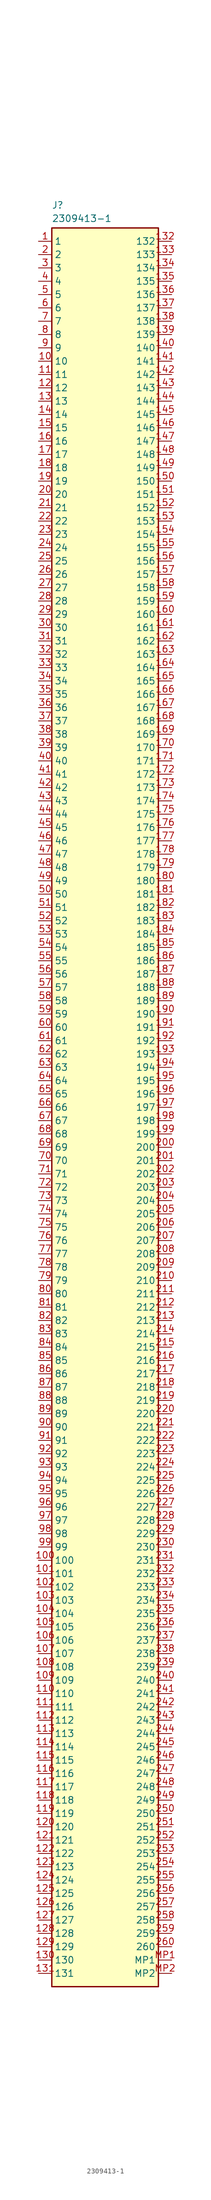
<source format=kicad_sym>
(kicad_symbol_lib
  (version 20241209)
  (generator "kicad_symbol_editor")
  (generator_version "9.0")
  (symbol "2309413-1"
    (property "Reference" "J"
      (at 2.54 7.62 0)
      (effects (font (size 1.27 1.27)) (justify left top)))
    (property "Value" "2309413-1"
      (at 2.54 5.08 0)
      (effects (font (size 1.27 1.27)) (justify left top)))
    (symbol "2309413-1_1_1"
      (rectangle (start 2.54 2.54) (end 22.86 -332.74) (stroke (width 0.254) (type default)) (fill (type background)))
      (pin passive line (at 0 0 0) (length 2.54) (name "1" (effects (font (size 1.27 1.27)))) (number "1" (effects (font (size 1.27 1.27)))))
      (pin passive line (at 0 -2.54 0) (length 2.54) (name "2" (effects (font (size 1.27 1.27)))) (number "2" (effects (font (size 1.27 1.27)))))
      (pin passive line (at 0 -5.08 0) (length 2.54) (name "3" (effects (font (size 1.27 1.27)))) (number "3" (effects (font (size 1.27 1.27)))))
      (pin passive line (at 0 -7.62 0) (length 2.54) (name "4" (effects (font (size 1.27 1.27)))) (number "4" (effects (font (size 1.27 1.27)))))
      (pin passive line (at 0 -10.16 0) (length 2.54) (name "5" (effects (font (size 1.27 1.27)))) (number "5" (effects (font (size 1.27 1.27)))))
      (pin passive line (at 0 -12.7 0) (length 2.54) (name "6" (effects (font (size 1.27 1.27)))) (number "6" (effects (font (size 1.27 1.27)))))
      (pin passive line (at 0 -15.24 0) (length 2.54) (name "7" (effects (font (size 1.27 1.27)))) (number "7" (effects (font (size 1.27 1.27)))))
      (pin passive line (at 0 -17.78 0) (length 2.54) (name "8" (effects (font (size 1.27 1.27)))) (number "8" (effects (font (size 1.27 1.27)))))
      (pin passive line (at 0 -20.32 0) (length 2.54) (name "9" (effects (font (size 1.27 1.27)))) (number "9" (effects (font (size 1.27 1.27)))))
      (pin passive line (at 0 -22.86 0) (length 2.54) (name "10" (effects (font (size 1.27 1.27)))) (number "10" (effects (font (size 1.27 1.27)))))
      (pin passive line (at 0 -25.4 0) (length 2.54) (name "11" (effects (font (size 1.27 1.27)))) (number "11" (effects (font (size 1.27 1.27)))))
      (pin passive line (at 0 -27.94 0) (length 2.54) (name "12" (effects (font (size 1.27 1.27)))) (number "12" (effects (font (size 1.27 1.27)))))
      (pin passive line (at 0 -30.48 0) (length 2.54) (name "13" (effects (font (size 1.27 1.27)))) (number "13" (effects (font (size 1.27 1.27)))))
      (pin passive line (at 0 -33.02 0) (length 2.54) (name "14" (effects (font (size 1.27 1.27)))) (number "14" (effects (font (size 1.27 1.27)))))
      (pin passive line (at 0 -35.56 0) (length 2.54) (name "15" (effects (font (size 1.27 1.27)))) (number "15" (effects (font (size 1.27 1.27)))))
      (pin passive line (at 0 -38.1 0) (length 2.54) (name "16" (effects (font (size 1.27 1.27)))) (number "16" (effects (font (size 1.27 1.27)))))
      (pin passive line (at 0 -40.64 0) (length 2.54) (name "17" (effects (font (size 1.27 1.27)))) (number "17" (effects (font (size 1.27 1.27)))))
      (pin passive line (at 0 -43.18 0) (length 2.54) (name "18" (effects (font (size 1.27 1.27)))) (number "18" (effects (font (size 1.27 1.27)))))
      (pin passive line (at 0 -45.72 0) (length 2.54) (name "19" (effects (font (size 1.27 1.27)))) (number "19" (effects (font (size 1.27 1.27)))))
      (pin passive line (at 0 -48.26 0) (length 2.54) (name "20" (effects (font (size 1.27 1.27)))) (number "20" (effects (font (size 1.27 1.27)))))
      (pin passive line (at 0 -50.8 0) (length 2.54) (name "21" (effects (font (size 1.27 1.27)))) (number "21" (effects (font (size 1.27 1.27)))))
      (pin passive line (at 0 -53.34 0) (length 2.54) (name "22" (effects (font (size 1.27 1.27)))) (number "22" (effects (font (size 1.27 1.27)))))
      (pin passive line (at 0 -55.88 0) (length 2.54) (name "23" (effects (font (size 1.27 1.27)))) (number "23" (effects (font (size 1.27 1.27)))))
      (pin passive line (at 0 -58.42 0) (length 2.54) (name "24" (effects (font (size 1.27 1.27)))) (number "24" (effects (font (size 1.27 1.27)))))
      (pin passive line (at 0 -60.96 0) (length 2.54) (name "25" (effects (font (size 1.27 1.27)))) (number "25" (effects (font (size 1.27 1.27)))))
      (pin passive line (at 0 -63.5 0) (length 2.54) (name "26" (effects (font (size 1.27 1.27)))) (number "26" (effects (font (size 1.27 1.27)))))
      (pin passive line (at 0 -66.04 0) (length 2.54) (name "27" (effects (font (size 1.27 1.27)))) (number "27" (effects (font (size 1.27 1.27)))))
      (pin passive line (at 0 -68.58 0) (length 2.54) (name "28" (effects (font (size 1.27 1.27)))) (number "28" (effects (font (size 1.27 1.27)))))
      (pin passive line (at 0 -71.12 0) (length 2.54) (name "29" (effects (font (size 1.27 1.27)))) (number "29" (effects (font (size 1.27 1.27)))))
      (pin passive line (at 0 -73.66 0) (length 2.54) (name "30" (effects (font (size 1.27 1.27)))) (number "30" (effects (font (size 1.27 1.27)))))
      (pin passive line (at 0 -76.2 0) (length 2.54) (name "31" (effects (font (size 1.27 1.27)))) (number "31" (effects (font (size 1.27 1.27)))))
      (pin passive line (at 0 -78.74 0) (length 2.54) (name "32" (effects (font (size 1.27 1.27)))) (number "32" (effects (font (size 1.27 1.27)))))
      (pin passive line (at 0 -81.28 0) (length 2.54) (name "33" (effects (font (size 1.27 1.27)))) (number "33" (effects (font (size 1.27 1.27)))))
      (pin passive line (at 0 -83.82 0) (length 2.54) (name "34" (effects (font (size 1.27 1.27)))) (number "34" (effects (font (size 1.27 1.27)))))
      (pin passive line (at 0 -86.36 0) (length 2.54) (name "35" (effects (font (size 1.27 1.27)))) (number "35" (effects (font (size 1.27 1.27)))))
      (pin passive line (at 0 -88.9 0) (length 2.54) (name "36" (effects (font (size 1.27 1.27)))) (number "36" (effects (font (size 1.27 1.27)))))
      (pin passive line (at 0 -91.44 0) (length 2.54) (name "37" (effects (font (size 1.27 1.27)))) (number "37" (effects (font (size 1.27 1.27)))))
      (pin passive line (at 0 -93.98 0) (length 2.54) (name "38" (effects (font (size 1.27 1.27)))) (number "38" (effects (font (size 1.27 1.27)))))
      (pin passive line (at 0 -96.52 0) (length 2.54) (name "39" (effects (font (size 1.27 1.27)))) (number "39" (effects (font (size 1.27 1.27)))))
      (pin passive line (at 0 -99.06 0) (length 2.54) (name "40" (effects (font (size 1.27 1.27)))) (number "40" (effects (font (size 1.27 1.27)))))
      (pin passive line (at 0 -101.6 0) (length 2.54) (name "41" (effects (font (size 1.27 1.27)))) (number "41" (effects (font (size 1.27 1.27)))))
      (pin passive line (at 0 -104.14 0) (length 2.54) (name "42" (effects (font (size 1.27 1.27)))) (number "42" (effects (font (size 1.27 1.27)))))
      (pin passive line (at 0 -106.68 0) (length 2.54) (name "43" (effects (font (size 1.27 1.27)))) (number "43" (effects (font (size 1.27 1.27)))))
      (pin passive line (at 0 -109.22 0) (length 2.54) (name "44" (effects (font (size 1.27 1.27)))) (number "44" (effects (font (size 1.27 1.27)))))
      (pin passive line (at 0 -111.76 0) (length 2.54) (name "45" (effects (font (size 1.27 1.27)))) (number "45" (effects (font (size 1.27 1.27)))))
      (pin passive line (at 0 -114.3 0) (length 2.54) (name "46" (effects (font (size 1.27 1.27)))) (number "46" (effects (font (size 1.27 1.27)))))
      (pin passive line (at 0 -116.84 0) (length 2.54) (name "47" (effects (font (size 1.27 1.27)))) (number "47" (effects (font (size 1.27 1.27)))))
      (pin passive line (at 0 -119.38 0) (length 2.54) (name "48" (effects (font (size 1.27 1.27)))) (number "48" (effects (font (size 1.27 1.27)))))
      (pin passive line (at 0 -121.92 0) (length 2.54) (name "49" (effects (font (size 1.27 1.27)))) (number "49" (effects (font (size 1.27 1.27)))))
      (pin passive line (at 0 -124.46 0) (length 2.54) (name "50" (effects (font (size 1.27 1.27)))) (number "50" (effects (font (size 1.27 1.27)))))
      (pin passive line (at 0 -127 0) (length 2.54) (name "51" (effects (font (size 1.27 1.27)))) (number "51" (effects (font (size 1.27 1.27)))))
      (pin passive line (at 0 -129.54 0) (length 2.54) (name "52" (effects (font (size 1.27 1.27)))) (number "52" (effects (font (size 1.27 1.27)))))
      (pin passive line (at 0 -132.08 0) (length 2.54) (name "53" (effects (font (size 1.27 1.27)))) (number "53" (effects (font (size 1.27 1.27)))))
      (pin passive line (at 0 -134.62 0) (length 2.54) (name "54" (effects (font (size 1.27 1.27)))) (number "54" (effects (font (size 1.27 1.27)))))
      (pin passive line (at 0 -137.16 0) (length 2.54) (name "55" (effects (font (size 1.27 1.27)))) (number "55" (effects (font (size 1.27 1.27)))))
      (pin passive line (at 0 -139.7 0) (length 2.54) (name "56" (effects (font (size 1.27 1.27)))) (number "56" (effects (font (size 1.27 1.27)))))
      (pin passive line (at 0 -142.24 0) (length 2.54) (name "57" (effects (font (size 1.27 1.27)))) (number "57" (effects (font (size 1.27 1.27)))))
      (pin passive line (at 0 -144.78 0) (length 2.54) (name "58" (effects (font (size 1.27 1.27)))) (number "58" (effects (font (size 1.27 1.27)))))
      (pin passive line (at 0 -147.32 0) (length 2.54) (name "59" (effects (font (size 1.27 1.27)))) (number "59" (effects (font (size 1.27 1.27)))))
      (pin passive line (at 0 -149.86 0) (length 2.54) (name "60" (effects (font (size 1.27 1.27)))) (number "60" (effects (font (size 1.27 1.27)))))
      (pin passive line (at 0 -152.4 0) (length 2.54) (name "61" (effects (font (size 1.27 1.27)))) (number "61" (effects (font (size 1.27 1.27)))))
      (pin passive line (at 0 -154.94 0) (length 2.54) (name "62" (effects (font (size 1.27 1.27)))) (number "62" (effects (font (size 1.27 1.27)))))
      (pin passive line (at 0 -157.48 0) (length 2.54) (name "63" (effects (font (size 1.27 1.27)))) (number "63" (effects (font (size 1.27 1.27)))))
      (pin passive line (at 0 -160.02 0) (length 2.54) (name "64" (effects (font (size 1.27 1.27)))) (number "64" (effects (font (size 1.27 1.27)))))
      (pin passive line (at 0 -162.56 0) (length 2.54) (name "65" (effects (font (size 1.27 1.27)))) (number "65" (effects (font (size 1.27 1.27)))))
      (pin passive line (at 0 -165.1 0) (length 2.54) (name "66" (effects (font (size 1.27 1.27)))) (number "66" (effects (font (size 1.27 1.27)))))
      (pin passive line (at 0 -167.64 0) (length 2.54) (name "67" (effects (font (size 1.27 1.27)))) (number "67" (effects (font (size 1.27 1.27)))))
      (pin passive line (at 0 -170.18 0) (length 2.54) (name "68" (effects (font (size 1.27 1.27)))) (number "68" (effects (font (size 1.27 1.27)))))
      (pin passive line (at 0 -172.72 0) (length 2.54) (name "69" (effects (font (size 1.27 1.27)))) (number "69" (effects (font (size 1.27 1.27)))))
      (pin passive line (at 0 -175.26 0) (length 2.54) (name "70" (effects (font (size 1.27 1.27)))) (number "70" (effects (font (size 1.27 1.27)))))
      (pin passive line (at 0 -177.8 0) (length 2.54) (name "71" (effects (font (size 1.27 1.27)))) (number "71" (effects (font (size 1.27 1.27)))))
      (pin passive line (at 0 -180.34 0) (length 2.54) (name "72" (effects (font (size 1.27 1.27)))) (number "72" (effects (font (size 1.27 1.27)))))
      (pin passive line (at 0 -182.88 0) (length 2.54) (name "73" (effects (font (size 1.27 1.27)))) (number "73" (effects (font (size 1.27 1.27)))))
      (pin passive line (at 0 -185.42 0) (length 2.54) (name "74" (effects (font (size 1.27 1.27)))) (number "74" (effects (font (size 1.27 1.27)))))
      (pin passive line (at 0 -187.96 0) (length 2.54) (name "75" (effects (font (size 1.27 1.27)))) (number "75" (effects (font (size 1.27 1.27)))))
      (pin passive line (at 0 -190.5 0) (length 2.54) (name "76" (effects (font (size 1.27 1.27)))) (number "76" (effects (font (size 1.27 1.27)))))
      (pin passive line (at 0 -193.04 0) (length 2.54) (name "77" (effects (font (size 1.27 1.27)))) (number "77" (effects (font (size 1.27 1.27)))))
      (pin passive line (at 0 -195.58 0) (length 2.54) (name "78" (effects (font (size 1.27 1.27)))) (number "78" (effects (font (size 1.27 1.27)))))
      (pin passive line (at 0 -198.12 0) (length 2.54) (name "79" (effects (font (size 1.27 1.27)))) (number "79" (effects (font (size 1.27 1.27)))))
      (pin passive line (at 0 -200.66 0) (length 2.54) (name "80" (effects (font (size 1.27 1.27)))) (number "80" (effects (font (size 1.27 1.27)))))
      (pin passive line (at 0 -203.2 0) (length 2.54) (name "81" (effects (font (size 1.27 1.27)))) (number "81" (effects (font (size 1.27 1.27)))))
      (pin passive line (at 0 -205.74 0) (length 2.54) (name "82" (effects (font (size 1.27 1.27)))) (number "82" (effects (font (size 1.27 1.27)))))
      (pin passive line (at 0 -208.28 0) (length 2.54) (name "83" (effects (font (size 1.27 1.27)))) (number "83" (effects (font (size 1.27 1.27)))))
      (pin passive line (at 0 -210.82 0) (length 2.54) (name "84" (effects (font (size 1.27 1.27)))) (number "84" (effects (font (size 1.27 1.27)))))
      (pin passive line (at 0 -213.36 0) (length 2.54) (name "85" (effects (font (size 1.27 1.27)))) (number "85" (effects (font (size 1.27 1.27)))))
      (pin passive line (at 0 -215.9 0) (length 2.54) (name "86" (effects (font (size 1.27 1.27)))) (number "86" (effects (font (size 1.27 1.27)))))
      (pin passive line (at 0 -218.44 0) (length 2.54) (name "87" (effects (font (size 1.27 1.27)))) (number "87" (effects (font (size 1.27 1.27)))))
      (pin passive line (at 0 -220.98 0) (length 2.54) (name "88" (effects (font (size 1.27 1.27)))) (number "88" (effects (font (size 1.27 1.27)))))
      (pin passive line (at 0 -223.52 0) (length 2.54) (name "89" (effects (font (size 1.27 1.27)))) (number "89" (effects (font (size 1.27 1.27)))))
      (pin passive line (at 0 -226.06 0) (length 2.54) (name "90" (effects (font (size 1.27 1.27)))) (number "90" (effects (font (size 1.27 1.27)))))
      (pin passive line (at 0 -228.6 0) (length 2.54) (name "91" (effects (font (size 1.27 1.27)))) (number "91" (effects (font (size 1.27 1.27)))))
      (pin passive line (at 0 -231.14 0) (length 2.54) (name "92" (effects (font (size 1.27 1.27)))) (number "92" (effects (font (size 1.27 1.27)))))
      (pin passive line (at 0 -233.68 0) (length 2.54) (name "93" (effects (font (size 1.27 1.27)))) (number "93" (effects (font (size 1.27 1.27)))))
      (pin passive line (at 0 -236.22 0) (length 2.54) (name "94" (effects (font (size 1.27 1.27)))) (number "94" (effects (font (size 1.27 1.27)))))
      (pin passive line (at 0 -238.76 0) (length 2.54) (name "95" (effects (font (size 1.27 1.27)))) (number "95" (effects (font (size 1.27 1.27)))))
      (pin passive line (at 0 -241.3 0) (length 2.54) (name "96" (effects (font (size 1.27 1.27)))) (number "96" (effects (font (size 1.27 1.27)))))
      (pin passive line (at 0 -243.84 0) (length 2.54) (name "97" (effects (font (size 1.27 1.27)))) (number "97" (effects (font (size 1.27 1.27)))))
      (pin passive line (at 0 -246.38 0) (length 2.54) (name "98" (effects (font (size 1.27 1.27)))) (number "98" (effects (font (size 1.27 1.27)))))
      (pin passive line (at 0 -248.92 0) (length 2.54) (name "99" (effects (font (size 1.27 1.27)))) (number "99" (effects (font (size 1.27 1.27)))))
      (pin passive line (at 0 -251.46 0) (length 2.54) (name "100" (effects (font (size 1.27 1.27)))) (number "100" (effects (font (size 1.27 1.27)))))
      (pin passive line (at 0 -254 0) (length 2.54) (name "101" (effects (font (size 1.27 1.27)))) (number "101" (effects (font (size 1.27 1.27)))))
      (pin passive line (at 0 -256.54 0) (length 2.54) (name "102" (effects (font (size 1.27 1.27)))) (number "102" (effects (font (size 1.27 1.27)))))
      (pin passive line (at 0 -259.08 0) (length 2.54) (name "103" (effects (font (size 1.27 1.27)))) (number "103" (effects (font (size 1.27 1.27)))))
      (pin passive line (at 0 -261.62 0) (length 2.54) (name "104" (effects (font (size 1.27 1.27)))) (number "104" (effects (font (size 1.27 1.27)))))
      (pin passive line (at 0 -264.16 0) (length 2.54) (name "105" (effects (font (size 1.27 1.27)))) (number "105" (effects (font (size 1.27 1.27)))))
      (pin passive line (at 0 -266.7 0) (length 2.54) (name "106" (effects (font (size 1.27 1.27)))) (number "106" (effects (font (size 1.27 1.27)))))
      (pin passive line (at 0 -269.24 0) (length 2.54) (name "107" (effects (font (size 1.27 1.27)))) (number "107" (effects (font (size 1.27 1.27)))))
      (pin passive line (at 0 -271.78 0) (length 2.54) (name "108" (effects (font (size 1.27 1.27)))) (number "108" (effects (font (size 1.27 1.27)))))
      (pin passive line (at 0 -274.32 0) (length 2.54) (name "109" (effects (font (size 1.27 1.27)))) (number "109" (effects (font (size 1.27 1.27)))))
      (pin passive line (at 0 -276.86 0) (length 2.54) (name "110" (effects (font (size 1.27 1.27)))) (number "110" (effects (font (size 1.27 1.27)))))
      (pin passive line (at 0 -279.4 0) (length 2.54) (name "111" (effects (font (size 1.27 1.27)))) (number "111" (effects (font (size 1.27 1.27)))))
      (pin passive line (at 0 -281.94 0) (length 2.54) (name "112" (effects (font (size 1.27 1.27)))) (number "112" (effects (font (size 1.27 1.27)))))
      (pin passive line (at 0 -284.48 0) (length 2.54) (name "113" (effects (font (size 1.27 1.27)))) (number "113" (effects (font (size 1.27 1.27)))))
      (pin passive line (at 0 -287.02 0) (length 2.54) (name "114" (effects (font (size 1.27 1.27)))) (number "114" (effects (font (size 1.27 1.27)))))
      (pin passive line (at 0 -289.56 0) (length 2.54) (name "115" (effects (font (size 1.27 1.27)))) (number "115" (effects (font (size 1.27 1.27)))))
      (pin passive line (at 0 -292.1 0) (length 2.54) (name "116" (effects (font (size 1.27 1.27)))) (number "116" (effects (font (size 1.27 1.27)))))
      (pin passive line (at 0 -294.64 0) (length 2.54) (name "117" (effects (font (size 1.27 1.27)))) (number "117" (effects (font (size 1.27 1.27)))))
      (pin passive line (at 0 -297.18 0) (length 2.54) (name "118" (effects (font (size 1.27 1.27)))) (number "118" (effects (font (size 1.27 1.27)))))
      (pin passive line (at 0 -299.72 0) (length 2.54) (name "119" (effects (font (size 1.27 1.27)))) (number "119" (effects (font (size 1.27 1.27)))))
      (pin passive line (at 0 -302.26 0) (length 2.54) (name "120" (effects (font (size 1.27 1.27)))) (number "120" (effects (font (size 1.27 1.27)))))
      (pin passive line (at 0 -304.8 0) (length 2.54) (name "121" (effects (font (size 1.27 1.27)))) (number "121" (effects (font (size 1.27 1.27)))))
      (pin passive line (at 0 -307.34 0) (length 2.54) (name "122" (effects (font (size 1.27 1.27)))) (number "122" (effects (font (size 1.27 1.27)))))
      (pin passive line (at 0 -309.88 0) (length 2.54) (name "123" (effects (font (size 1.27 1.27)))) (number "123" (effects (font (size 1.27 1.27)))))
      (pin passive line (at 0 -312.42 0) (length 2.54) (name "124" (effects (font (size 1.27 1.27)))) (number "124" (effects (font (size 1.27 1.27)))))
      (pin passive line (at 0 -314.96 0) (length 2.54) (name "125" (effects (font (size 1.27 1.27)))) (number "125" (effects (font (size 1.27 1.27)))))
      (pin passive line (at 0 -317.5 0) (length 2.54) (name "126" (effects (font (size 1.27 1.27)))) (number "126" (effects (font (size 1.27 1.27)))))
      (pin passive line (at 0 -320.04 0) (length 2.54) (name "127" (effects (font (size 1.27 1.27)))) (number "127" (effects (font (size 1.27 1.27)))))
      (pin passive line (at 0 -322.58 0) (length 2.54) (name "128" (effects (font (size 1.27 1.27)))) (number "128" (effects (font (size 1.27 1.27)))))
      (pin passive line (at 0 -325.12 0) (length 2.54) (name "129" (effects (font (size 1.27 1.27)))) (number "129" (effects (font (size 1.27 1.27)))))
      (pin passive line (at 0 -327.66 0) (length 2.54) (name "130" (effects (font (size 1.27 1.27)))) (number "130" (effects (font (size 1.27 1.27)))))
      (pin passive line (at 0 -330.2 0) (length 2.54) (name "131" (effects (font (size 1.27 1.27)))) (number "131" (effects (font (size 1.27 1.27)))))
      (pin passive line (at 25.4 0 180) (length 2.54) (name "132" (effects (font (size 1.27 1.27)))) (number "132" (effects (font (size 1.27 1.27)))))
      (pin passive line (at 25.4 -2.54 180) (length 2.54) (name "133" (effects (font (size 1.27 1.27)))) (number "133" (effects (font (size 1.27 1.27)))))
      (pin passive line (at 25.4 -5.08 180) (length 2.54) (name "134" (effects (font (size 1.27 1.27)))) (number "134" (effects (font (size 1.27 1.27)))))
      (pin passive line (at 25.4 -7.62 180) (length 2.54) (name "135" (effects (font (size 1.27 1.27)))) (number "135" (effects (font (size 1.27 1.27)))))
      (pin passive line (at 25.4 -10.16 180) (length 2.54) (name "136" (effects (font (size 1.27 1.27)))) (number "136" (effects (font (size 1.27 1.27)))))
      (pin passive line (at 25.4 -12.7 180) (length 2.54) (name "137" (effects (font (size 1.27 1.27)))) (number "137" (effects (font (size 1.27 1.27)))))
      (pin passive line (at 25.4 -15.24 180) (length 2.54) (name "138" (effects (font (size 1.27 1.27)))) (number "138" (effects (font (size 1.27 1.27)))))
      (pin passive line (at 25.4 -17.78 180) (length 2.54) (name "139" (effects (font (size 1.27 1.27)))) (number "139" (effects (font (size 1.27 1.27)))))
      (pin passive line (at 25.4 -20.32 180) (length 2.54) (name "140" (effects (font (size 1.27 1.27)))) (number "140" (effects (font (size 1.27 1.27)))))
      (pin passive line (at 25.4 -22.86 180) (length 2.54) (name "141" (effects (font (size 1.27 1.27)))) (number "141" (effects (font (size 1.27 1.27)))))
      (pin passive line (at 25.4 -25.4 180) (length 2.54) (name "142" (effects (font (size 1.27 1.27)))) (number "142" (effects (font (size 1.27 1.27)))))
      (pin passive line (at 25.4 -27.94 180) (length 2.54) (name "143" (effects (font (size 1.27 1.27)))) (number "143" (effects (font (size 1.27 1.27)))))
      (pin passive line (at 25.4 -30.48 180) (length 2.54) (name "144" (effects (font (size 1.27 1.27)))) (number "144" (effects (font (size 1.27 1.27)))))
      (pin passive line (at 25.4 -33.02 180) (length 2.54) (name "145" (effects (font (size 1.27 1.27)))) (number "145" (effects (font (size 1.27 1.27)))))
      (pin passive line (at 25.4 -35.56 180) (length 2.54) (name "146" (effects (font (size 1.27 1.27)))) (number "146" (effects (font (size 1.27 1.27)))))
      (pin passive line (at 25.4 -38.1 180) (length 2.54) (name "147" (effects (font (size 1.27 1.27)))) (number "147" (effects (font (size 1.27 1.27)))))
      (pin passive line (at 25.4 -40.64 180) (length 2.54) (name "148" (effects (font (size 1.27 1.27)))) (number "148" (effects (font (size 1.27 1.27)))))
      (pin passive line (at 25.4 -43.18 180) (length 2.54) (name "149" (effects (font (size 1.27 1.27)))) (number "149" (effects (font (size 1.27 1.27)))))
      (pin passive line (at 25.4 -45.72 180) (length 2.54) (name "150" (effects (font (size 1.27 1.27)))) (number "150" (effects (font (size 1.27 1.27)))))
      (pin passive line (at 25.4 -48.26 180) (length 2.54) (name "151" (effects (font (size 1.27 1.27)))) (number "151" (effects (font (size 1.27 1.27)))))
      (pin passive line (at 25.4 -50.8 180) (length 2.54) (name "152" (effects (font (size 1.27 1.27)))) (number "152" (effects (font (size 1.27 1.27)))))
      (pin passive line (at 25.4 -53.34 180) (length 2.54) (name "153" (effects (font (size 1.27 1.27)))) (number "153" (effects (font (size 1.27 1.27)))))
      (pin passive line (at 25.4 -55.88 180) (length 2.54) (name "154" (effects (font (size 1.27 1.27)))) (number "154" (effects (font (size 1.27 1.27)))))
      (pin passive line (at 25.4 -58.42 180) (length 2.54) (name "155" (effects (font (size 1.27 1.27)))) (number "155" (effects (font (size 1.27 1.27)))))
      (pin passive line (at 25.4 -60.96 180) (length 2.54) (name "156" (effects (font (size 1.27 1.27)))) (number "156" (effects (font (size 1.27 1.27)))))
      (pin passive line (at 25.4 -63.5 180) (length 2.54) (name "157" (effects (font (size 1.27 1.27)))) (number "157" (effects (font (size 1.27 1.27)))))
      (pin passive line (at 25.4 -66.04 180) (length 2.54) (name "158" (effects (font (size 1.27 1.27)))) (number "158" (effects (font (size 1.27 1.27)))))
      (pin passive line (at 25.4 -68.58 180) (length 2.54) (name "159" (effects (font (size 1.27 1.27)))) (number "159" (effects (font (size 1.27 1.27)))))
      (pin passive line (at 25.4 -71.12 180) (length 2.54) (name "160" (effects (font (size 1.27 1.27)))) (number "160" (effects (font (size 1.27 1.27)))))
      (pin passive line (at 25.4 -73.66 180) (length 2.54) (name "161" (effects (font (size 1.27 1.27)))) (number "161" (effects (font (size 1.27 1.27)))))
      (pin passive line (at 25.4 -76.2 180) (length 2.54) (name "162" (effects (font (size 1.27 1.27)))) (number "162" (effects (font (size 1.27 1.27)))))
      (pin passive line (at 25.4 -78.74 180) (length 2.54) (name "163" (effects (font (size 1.27 1.27)))) (number "163" (effects (font (size 1.27 1.27)))))
      (pin passive line (at 25.4 -81.28 180) (length 2.54) (name "164" (effects (font (size 1.27 1.27)))) (number "164" (effects (font (size 1.27 1.27)))))
      (pin passive line (at 25.4 -83.82 180) (length 2.54) (name "165" (effects (font (size 1.27 1.27)))) (number "165" (effects (font (size 1.27 1.27)))))
      (pin passive line (at 25.4 -86.36 180) (length 2.54) (name "166" (effects (font (size 1.27 1.27)))) (number "166" (effects (font (size 1.27 1.27)))))
      (pin passive line (at 25.4 -88.9 180) (length 2.54) (name "167" (effects (font (size 1.27 1.27)))) (number "167" (effects (font (size 1.27 1.27)))))
      (pin passive line (at 25.4 -91.44 180) (length 2.54) (name "168" (effects (font (size 1.27 1.27)))) (number "168" (effects (font (size 1.27 1.27)))))
      (pin passive line (at 25.4 -93.98 180) (length 2.54) (name "169" (effects (font (size 1.27 1.27)))) (number "169" (effects (font (size 1.27 1.27)))))
      (pin passive line (at 25.4 -96.52 180) (length 2.54) (name "170" (effects (font (size 1.27 1.27)))) (number "170" (effects (font (size 1.27 1.27)))))
      (pin passive line (at 25.4 -99.06 180) (length 2.54) (name "171" (effects (font (size 1.27 1.27)))) (number "171" (effects (font (size 1.27 1.27)))))
      (pin passive line (at 25.4 -101.6 180) (length 2.54) (name "172" (effects (font (size 1.27 1.27)))) (number "172" (effects (font (size 1.27 1.27)))))
      (pin passive line (at 25.4 -104.14 180) (length 2.54) (name "173" (effects (font (size 1.27 1.27)))) (number "173" (effects (font (size 1.27 1.27)))))
      (pin passive line (at 25.4 -106.68 180) (length 2.54) (name "174" (effects (font (size 1.27 1.27)))) (number "174" (effects (font (size 1.27 1.27)))))
      (pin passive line (at 25.4 -109.22 180) (length 2.54) (name "175" (effects (font (size 1.27 1.27)))) (number "175" (effects (font (size 1.27 1.27)))))
      (pin passive line (at 25.4 -111.76 180) (length 2.54) (name "176" (effects (font (size 1.27 1.27)))) (number "176" (effects (font (size 1.27 1.27)))))
      (pin passive line (at 25.4 -114.3 180) (length 2.54) (name "177" (effects (font (size 1.27 1.27)))) (number "177" (effects (font (size 1.27 1.27)))))
      (pin passive line (at 25.4 -116.84 180) (length 2.54) (name "178" (effects (font (size 1.27 1.27)))) (number "178" (effects (font (size 1.27 1.27)))))
      (pin passive line (at 25.4 -119.38 180) (length 2.54) (name "179" (effects (font (size 1.27 1.27)))) (number "179" (effects (font (size 1.27 1.27)))))
      (pin passive line (at 25.4 -121.92 180) (length 2.54) (name "180" (effects (font (size 1.27 1.27)))) (number "180" (effects (font (size 1.27 1.27)))))
      (pin passive line (at 25.4 -124.46 180) (length 2.54) (name "181" (effects (font (size 1.27 1.27)))) (number "181" (effects (font (size 1.27 1.27)))))
      (pin passive line (at 25.4 -127 180) (length 2.54) (name "182" (effects (font (size 1.27 1.27)))) (number "182" (effects (font (size 1.27 1.27)))))
      (pin passive line (at 25.4 -129.54 180) (length 2.54) (name "183" (effects (font (size 1.27 1.27)))) (number "183" (effects (font (size 1.27 1.27)))))
      (pin passive line (at 25.4 -132.08 180) (length 2.54) (name "184" (effects (font (size 1.27 1.27)))) (number "184" (effects (font (size 1.27 1.27)))))
      (pin passive line (at 25.4 -134.62 180) (length 2.54) (name "185" (effects (font (size 1.27 1.27)))) (number "185" (effects (font (size 1.27 1.27)))))
      (pin passive line (at 25.4 -137.16 180) (length 2.54) (name "186" (effects (font (size 1.27 1.27)))) (number "186" (effects (font (size 1.27 1.27)))))
      (pin passive line (at 25.4 -139.7 180) (length 2.54) (name "187" (effects (font (size 1.27 1.27)))) (number "187" (effects (font (size 1.27 1.27)))))
      (pin passive line (at 25.4 -142.24 180) (length 2.54) (name "188" (effects (font (size 1.27 1.27)))) (number "188" (effects (font (size 1.27 1.27)))))
      (pin passive line (at 25.4 -144.78 180) (length 2.54) (name "189" (effects (font (size 1.27 1.27)))) (number "189" (effects (font (size 1.27 1.27)))))
      (pin passive line (at 25.4 -147.32 180) (length 2.54) (name "190" (effects (font (size 1.27 1.27)))) (number "190" (effects (font (size 1.27 1.27)))))
      (pin passive line (at 25.4 -149.86 180) (length 2.54) (name "191" (effects (font (size 1.27 1.27)))) (number "191" (effects (font (size 1.27 1.27)))))
      (pin passive line (at 25.4 -152.4 180) (length 2.54) (name "192" (effects (font (size 1.27 1.27)))) (number "192" (effects (font (size 1.27 1.27)))))
      (pin passive line (at 25.4 -154.94 180) (length 2.54) (name "193" (effects (font (size 1.27 1.27)))) (number "193" (effects (font (size 1.27 1.27)))))
      (pin passive line (at 25.4 -157.48 180) (length 2.54) (name "194" (effects (font (size 1.27 1.27)))) (number "194" (effects (font (size 1.27 1.27)))))
      (pin passive line (at 25.4 -160.02 180) (length 2.54) (name "195" (effects (font (size 1.27 1.27)))) (number "195" (effects (font (size 1.27 1.27)))))
      (pin passive line (at 25.4 -162.56 180) (length 2.54) (name "196" (effects (font (size 1.27 1.27)))) (number "196" (effects (font (size 1.27 1.27)))))
      (pin passive line (at 25.4 -165.1 180) (length 2.54) (name "197" (effects (font (size 1.27 1.27)))) (number "197" (effects (font (size 1.27 1.27)))))
      (pin passive line (at 25.4 -167.64 180) (length 2.54) (name "198" (effects (font (size 1.27 1.27)))) (number "198" (effects (font (size 1.27 1.27)))))
      (pin passive line (at 25.4 -170.18 180) (length 2.54) (name "199" (effects (font (size 1.27 1.27)))) (number "199" (effects (font (size 1.27 1.27)))))
      (pin passive line (at 25.4 -172.72 180) (length 2.54) (name "200" (effects (font (size 1.27 1.27)))) (number "200" (effects (font (size 1.27 1.27)))))
      (pin passive line (at 25.4 -175.26 180) (length 2.54) (name "201" (effects (font (size 1.27 1.27)))) (number "201" (effects (font (size 1.27 1.27)))))
      (pin passive line (at 25.4 -177.8 180) (length 2.54) (name "202" (effects (font (size 1.27 1.27)))) (number "202" (effects (font (size 1.27 1.27)))))
      (pin passive line (at 25.4 -180.34 180) (length 2.54) (name "203" (effects (font (size 1.27 1.27)))) (number "203" (effects (font (size 1.27 1.27)))))
      (pin passive line (at 25.4 -182.88 180) (length 2.54) (name "204" (effects (font (size 1.27 1.27)))) (number "204" (effects (font (size 1.27 1.27)))))
      (pin passive line (at 25.4 -185.42 180) (length 2.54) (name "205" (effects (font (size 1.27 1.27)))) (number "205" (effects (font (size 1.27 1.27)))))
      (pin passive line (at 25.4 -187.96 180) (length 2.54) (name "206" (effects (font (size 1.27 1.27)))) (number "206" (effects (font (size 1.27 1.27)))))
      (pin passive line (at 25.4 -190.5 180) (length 2.54) (name "207" (effects (font (size 1.27 1.27)))) (number "207" (effects (font (size 1.27 1.27)))))
      (pin passive line (at 25.4 -193.04 180) (length 2.54) (name "208" (effects (font (size 1.27 1.27)))) (number "208" (effects (font (size 1.27 1.27)))))
      (pin passive line (at 25.4 -195.58 180) (length 2.54) (name "209" (effects (font (size 1.27 1.27)))) (number "209" (effects (font (size 1.27 1.27)))))
      (pin passive line (at 25.4 -198.12 180) (length 2.54) (name "210" (effects (font (size 1.27 1.27)))) (number "210" (effects (font (size 1.27 1.27)))))
      (pin passive line (at 25.4 -200.66 180) (length 2.54) (name "211" (effects (font (size 1.27 1.27)))) (number "211" (effects (font (size 1.27 1.27)))))
      (pin passive line (at 25.4 -203.2 180) (length 2.54) (name "212" (effects (font (size 1.27 1.27)))) (number "212" (effects (font (size 1.27 1.27)))))
      (pin passive line (at 25.4 -205.74 180) (length 2.54) (name "213" (effects (font (size 1.27 1.27)))) (number "213" (effects (font (size 1.27 1.27)))))
      (pin passive line (at 25.4 -208.28 180) (length 2.54) (name "214" (effects (font (size 1.27 1.27)))) (number "214" (effects (font (size 1.27 1.27)))))
      (pin passive line (at 25.4 -210.82 180) (length 2.54) (name "215" (effects (font (size 1.27 1.27)))) (number "215" (effects (font (size 1.27 1.27)))))
      (pin passive line (at 25.4 -213.36 180) (length 2.54) (name "216" (effects (font (size 1.27 1.27)))) (number "216" (effects (font (size 1.27 1.27)))))
      (pin passive line (at 25.4 -215.9 180) (length 2.54) (name "217" (effects (font (size 1.27 1.27)))) (number "217" (effects (font (size 1.27 1.27)))))
      (pin passive line (at 25.4 -218.44 180) (length 2.54) (name "218" (effects (font (size 1.27 1.27)))) (number "218" (effects (font (size 1.27 1.27)))))
      (pin passive line (at 25.4 -220.98 180) (length 2.54) (name "219" (effects (font (size 1.27 1.27)))) (number "219" (effects (font (size 1.27 1.27)))))
      (pin passive line (at 25.4 -223.52 180) (length 2.54) (name "220" (effects (font (size 1.27 1.27)))) (number "220" (effects (font (size 1.27 1.27)))))
      (pin passive line (at 25.4 -226.06 180) (length 2.54) (name "221" (effects (font (size 1.27 1.27)))) (number "221" (effects (font (size 1.27 1.27)))))
      (pin passive line (at 25.4 -228.6 180) (length 2.54) (name "222" (effects (font (size 1.27 1.27)))) (number "222" (effects (font (size 1.27 1.27)))))
      (pin passive line (at 25.4 -231.14 180) (length 2.54) (name "223" (effects (font (size 1.27 1.27)))) (number "223" (effects (font (size 1.27 1.27)))))
      (pin passive line (at 25.4 -233.68 180) (length 2.54) (name "224" (effects (font (size 1.27 1.27)))) (number "224" (effects (font (size 1.27 1.27)))))
      (pin passive line (at 25.4 -236.22 180) (length 2.54) (name "225" (effects (font (size 1.27 1.27)))) (number "225" (effects (font (size 1.27 1.27)))))
      (pin passive line (at 25.4 -238.76 180) (length 2.54) (name "226" (effects (font (size 1.27 1.27)))) (number "226" (effects (font (size 1.27 1.27)))))
      (pin passive line (at 25.4 -241.3 180) (length 2.54) (name "227" (effects (font (size 1.27 1.27)))) (number "227" (effects (font (size 1.27 1.27)))))
      (pin passive line (at 25.4 -243.84 180) (length 2.54) (name "228" (effects (font (size 1.27 1.27)))) (number "228" (effects (font (size 1.27 1.27)))))
      (pin passive line (at 25.4 -246.38 180) (length 2.54) (name "229" (effects (font (size 1.27 1.27)))) (number "229" (effects (font (size 1.27 1.27)))))
      (pin passive line (at 25.4 -248.92 180) (length 2.54) (name "230" (effects (font (size 1.27 1.27)))) (number "230" (effects (font (size 1.27 1.27)))))
      (pin passive line (at 25.4 -251.46 180) (length 2.54) (name "231" (effects (font (size 1.27 1.27)))) (number "231" (effects (font (size 1.27 1.27)))))
      (pin passive line (at 25.4 -254 180) (length 2.54) (name "232" (effects (font (size 1.27 1.27)))) (number "232" (effects (font (size 1.27 1.27)))))
      (pin passive line (at 25.4 -256.54 180) (length 2.54) (name "233" (effects (font (size 1.27 1.27)))) (number "233" (effects (font (size 1.27 1.27)))))
      (pin passive line (at 25.4 -259.08 180) (length 2.54) (name "234" (effects (font (size 1.27 1.27)))) (number "234" (effects (font (size 1.27 1.27)))))
      (pin passive line (at 25.4 -261.62 180) (length 2.54) (name "235" (effects (font (size 1.27 1.27)))) (number "235" (effects (font (size 1.27 1.27)))))
      (pin passive line (at 25.4 -264.16 180) (length 2.54) (name "236" (effects (font (size 1.27 1.27)))) (number "236" (effects (font (size 1.27 1.27)))))
      (pin passive line (at 25.4 -266.7 180) (length 2.54) (name "237" (effects (font (size 1.27 1.27)))) (number "237" (effects (font (size 1.27 1.27)))))
      (pin passive line (at 25.4 -269.24 180) (length 2.54) (name "238" (effects (font (size 1.27 1.27)))) (number "238" (effects (font (size 1.27 1.27)))))
      (pin passive line (at 25.4 -271.78 180) (length 2.54) (name "239" (effects (font (size 1.27 1.27)))) (number "239" (effects (font (size 1.27 1.27)))))
      (pin passive line (at 25.4 -274.32 180) (length 2.54) (name "240" (effects (font (size 1.27 1.27)))) (number "240" (effects (font (size 1.27 1.27)))))
      (pin passive line (at 25.4 -276.86 180) (length 2.54) (name "241" (effects (font (size 1.27 1.27)))) (number "241" (effects (font (size 1.27 1.27)))))
      (pin passive line (at 25.4 -279.4 180) (length 2.54) (name "242" (effects (font (size 1.27 1.27)))) (number "242" (effects (font (size 1.27 1.27)))))
      (pin passive line (at 25.4 -281.94 180) (length 2.54) (name "243" (effects (font (size 1.27 1.27)))) (number "243" (effects (font (size 1.27 1.27)))))
      (pin passive line (at 25.4 -284.48 180) (length 2.54) (name "244" (effects (font (size 1.27 1.27)))) (number "244" (effects (font (size 1.27 1.27)))))
      (pin passive line (at 25.4 -287.02 180) (length 2.54) (name "245" (effects (font (size 1.27 1.27)))) (number "245" (effects (font (size 1.27 1.27)))))
      (pin passive line (at 25.4 -289.56 180) (length 2.54) (name "246" (effects (font (size 1.27 1.27)))) (number "246" (effects (font (size 1.27 1.27)))))
      (pin passive line (at 25.4 -292.1 180) (length 2.54) (name "247" (effects (font (size 1.27 1.27)))) (number "247" (effects (font (size 1.27 1.27)))))
      (pin passive line (at 25.4 -294.64 180) (length 2.54) (name "248" (effects (font (size 1.27 1.27)))) (number "248" (effects (font (size 1.27 1.27)))))
      (pin passive line (at 25.4 -297.18 180) (length 2.54) (name "249" (effects (font (size 1.27 1.27)))) (number "249" (effects (font (size 1.27 1.27)))))
      (pin passive line (at 25.4 -299.72 180) (length 2.54) (name "250" (effects (font (size 1.27 1.27)))) (number "250" (effects (font (size 1.27 1.27)))))
      (pin passive line (at 25.4 -302.26 180) (length 2.54) (name "251" (effects (font (size 1.27 1.27)))) (number "251" (effects (font (size 1.27 1.27)))))
      (pin passive line (at 25.4 -304.8 180) (length 2.54) (name "252" (effects (font (size 1.27 1.27)))) (number "252" (effects (font (size 1.27 1.27)))))
      (pin passive line (at 25.4 -307.34 180) (length 2.54) (name "253" (effects (font (size 1.27 1.27)))) (number "253" (effects (font (size 1.27 1.27)))))
      (pin passive line (at 25.4 -309.88 180) (length 2.54) (name "254" (effects (font (size 1.27 1.27)))) (number "254" (effects (font (size 1.27 1.27)))))
      (pin passive line (at 25.4 -312.42 180) (length 2.54) (name "255" (effects (font (size 1.27 1.27)))) (number "255" (effects (font (size 1.27 1.27)))))
      (pin passive line (at 25.4 -314.96 180) (length 2.54) (name "256" (effects (font (size 1.27 1.27)))) (number "256" (effects (font (size 1.27 1.27)))))
      (pin passive line (at 25.4 -317.5 180) (length 2.54) (name "257" (effects (font (size 1.27 1.27)))) (number "257" (effects (font (size 1.27 1.27)))))
      (pin passive line (at 25.4 -320.04 180) (length 2.54) (name "258" (effects (font (size 1.27 1.27)))) (number "258" (effects (font (size 1.27 1.27)))))
      (pin passive line (at 25.4 -322.58 180) (length 2.54) (name "259" (effects (font (size 1.27 1.27)))) (number "259" (effects (font (size 1.27 1.27)))))
      (pin passive line (at 25.4 -325.12 180) (length 2.54) (name "260" (effects (font (size 1.27 1.27)))) (number "260" (effects (font (size 1.27 1.27)))))
      (pin passive line (at 25.4 -327.66 180) (length 2.54) (name "MP1" (effects (font (size 1.27 1.27)))) (number "MP1" (effects (font (size 1.27 1.27)))))
      (pin passive line (at 25.4 -330.2 180) (length 2.54) (name "MP2" (effects (font (size 1.27 1.27)))) (number "MP2" (effects (font (size 1.27 1.27))))))))
</source>
